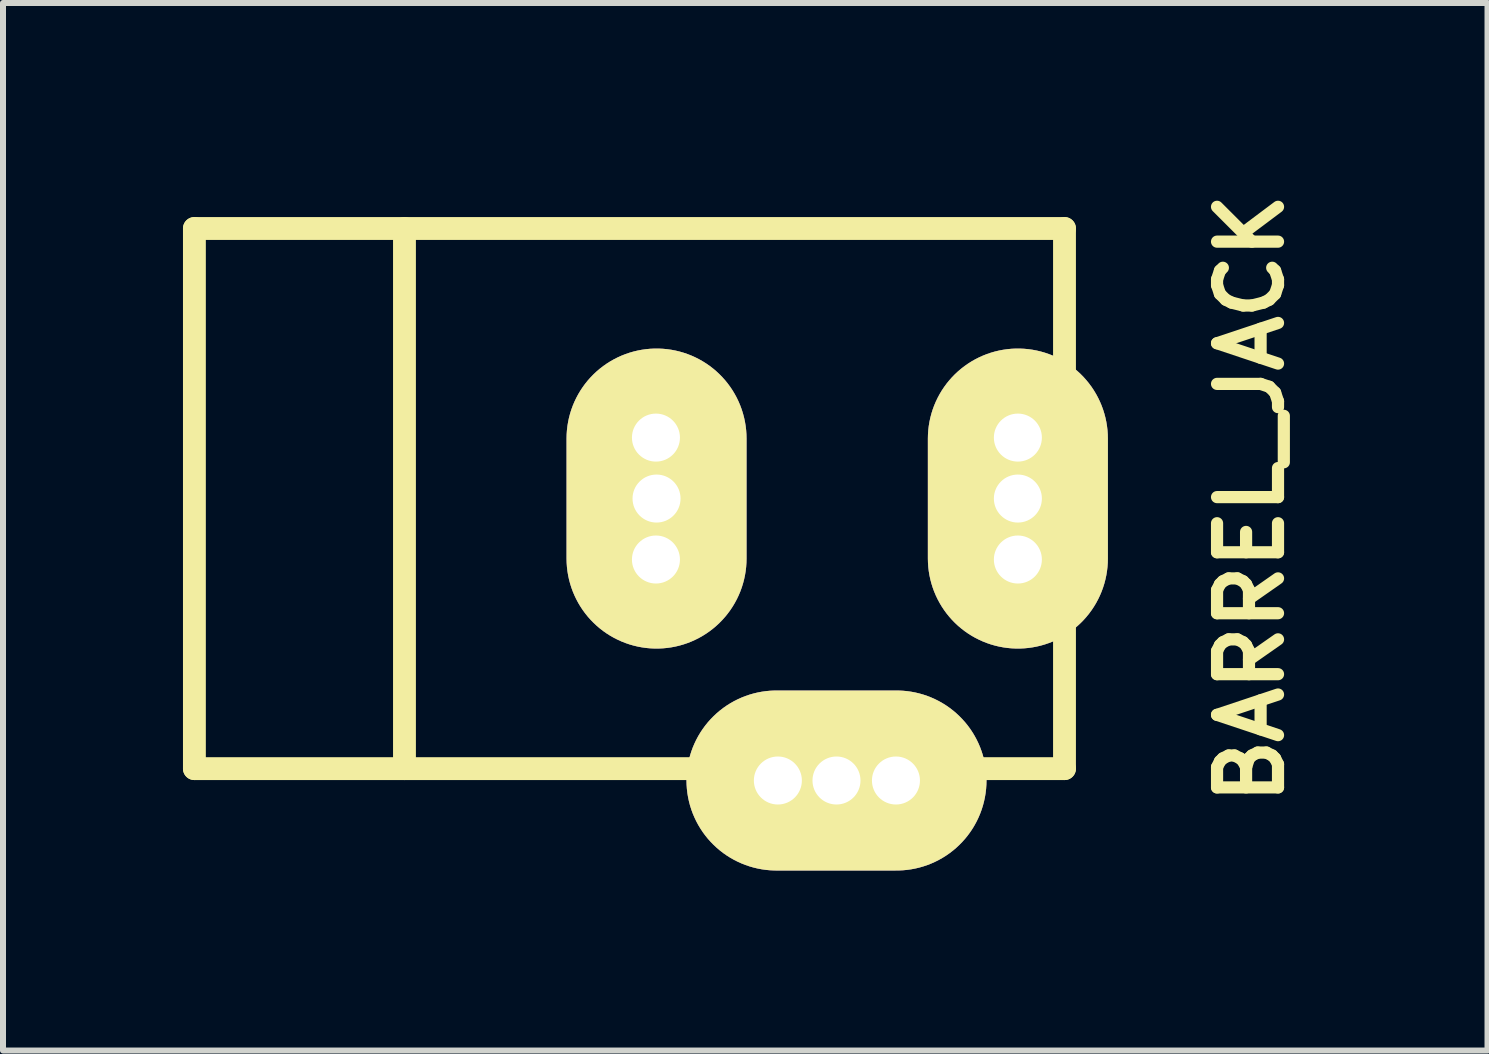
<source format=kicad_pcb>
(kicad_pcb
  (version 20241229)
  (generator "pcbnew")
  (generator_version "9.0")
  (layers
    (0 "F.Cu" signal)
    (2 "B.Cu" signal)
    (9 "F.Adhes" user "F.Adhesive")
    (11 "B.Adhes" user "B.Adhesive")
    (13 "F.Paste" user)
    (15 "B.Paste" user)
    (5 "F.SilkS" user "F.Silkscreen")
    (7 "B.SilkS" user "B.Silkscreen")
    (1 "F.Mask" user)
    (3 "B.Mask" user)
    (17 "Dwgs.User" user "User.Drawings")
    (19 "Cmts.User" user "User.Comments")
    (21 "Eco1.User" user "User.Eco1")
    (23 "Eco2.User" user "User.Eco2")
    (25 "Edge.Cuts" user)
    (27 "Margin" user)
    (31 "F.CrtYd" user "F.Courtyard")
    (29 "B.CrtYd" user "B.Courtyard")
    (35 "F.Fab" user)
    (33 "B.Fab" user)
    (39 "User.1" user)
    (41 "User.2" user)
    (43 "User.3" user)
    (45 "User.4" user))
  (footprint "BARREL_JACK"
    (layer "F.Cu")
    (at 7.691 5.259)
    (property "Reference" "BARREL_JACK" (at 10.099 0 90) (layer "F.SilkS") (effects (font (size 1.016 1.016) (thickness 0.203))))
    (attr through_hole)
    (fp_line (start -7.501 -4.501) (end -7.501 4.501) (stroke (width 0.381) (type solid)) (layer "F.SilkS"))
    (fp_line (start -7.501 4.501) (end 7 4.501) (stroke (width 0.381) (type solid)) (layer "F.SilkS"))
    (fp_line (start -4 -4.501) (end -4 4.501) (stroke (width 0.381) (type solid)) (layer "F.SilkS"))
    (fp_line (start 7 -4.501) (end -7.501 -4.501) (stroke (width 0.381) (type solid)) (layer "F.SilkS"))
    (fp_line (start 7 4.501) (end 7 -4.501) (stroke (width 0.381) (type solid)) (layer "F.SilkS"))
    (pad "" np_thru_hole circle (at 0.191 -1.016) (size 0.8 0.8) (drill 0.8) (layers "*.Cu" "*.Mask" "F.SilkS"))
    (pad "" np_thru_hole circle (at 0.191 1.016) (size 0.8 0.8) (drill 0.8) (layers "*.Cu" "*.Mask" "F.SilkS"))
    (pad "" np_thru_hole circle (at 2.223 4.699) (size 0.8 0.8) (drill 0.8) (layers "*.Cu" "*.Mask" "F.SilkS"))
    (pad "" np_thru_hole circle (at 4.191 4.699) (size 0.8 0.8) (drill 0.8) (layers "*.Cu" "*.Mask" "F.SilkS"))
    (pad "" np_thru_hole circle (at 6.223 -1.016) (size 0.8 0.8) (drill 0.8) (layers "*.Cu" "*.Mask" "F.SilkS"))
    (pad "" np_thru_hole circle (at 6.223 1.016) (size 0.8 0.8) (drill 0.8) (layers "*.Cu" "*.Mask" "F.SilkS"))
    (pad "1" thru_hole oval (at 6.223 0) (size 3 5) (drill 0.8) (layers "*.Cu" "*.Mask" "F.SilkS"))
    (pad "2" thru_hole oval (at 0.201 0) (size 3 5) (drill 0.8) (layers "*.Cu" "*.Mask" "F.SilkS"))
    (pad "3" thru_hole oval (at 3.2 4.699) (size 5 3) (drill 0.8) (layers "*.Cu" "*.Mask" "F.SilkS")))
  (gr_rect
    (start -3 -3)
    (end 21.741 14.458)
    (stroke (width 0.1) (type default))
    (fill no)
    (layer "Edge.Cuts")))
</source>
